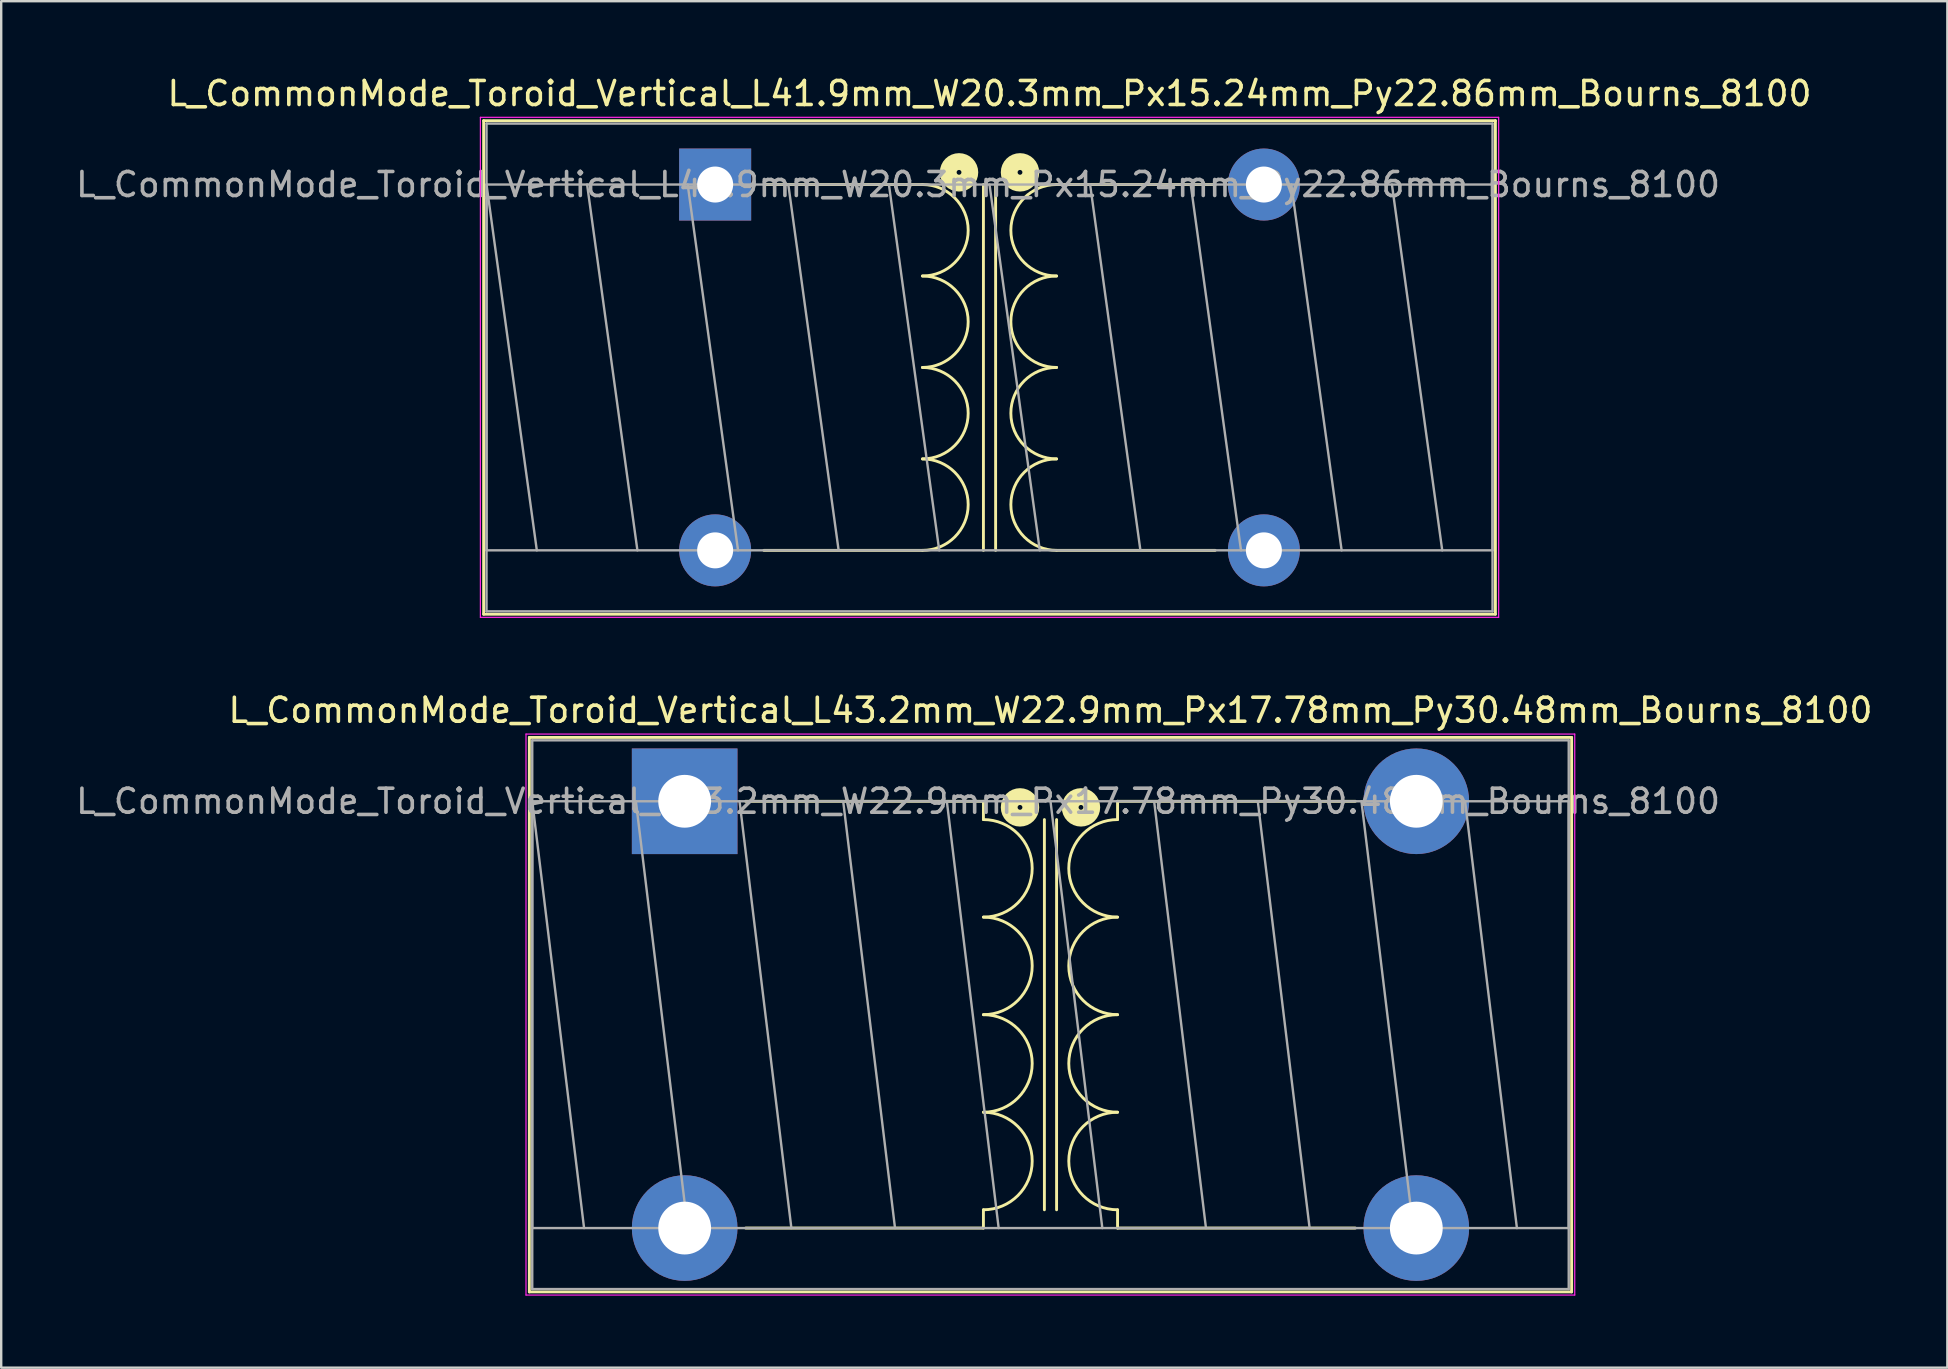
<source format=kicad_pcb>
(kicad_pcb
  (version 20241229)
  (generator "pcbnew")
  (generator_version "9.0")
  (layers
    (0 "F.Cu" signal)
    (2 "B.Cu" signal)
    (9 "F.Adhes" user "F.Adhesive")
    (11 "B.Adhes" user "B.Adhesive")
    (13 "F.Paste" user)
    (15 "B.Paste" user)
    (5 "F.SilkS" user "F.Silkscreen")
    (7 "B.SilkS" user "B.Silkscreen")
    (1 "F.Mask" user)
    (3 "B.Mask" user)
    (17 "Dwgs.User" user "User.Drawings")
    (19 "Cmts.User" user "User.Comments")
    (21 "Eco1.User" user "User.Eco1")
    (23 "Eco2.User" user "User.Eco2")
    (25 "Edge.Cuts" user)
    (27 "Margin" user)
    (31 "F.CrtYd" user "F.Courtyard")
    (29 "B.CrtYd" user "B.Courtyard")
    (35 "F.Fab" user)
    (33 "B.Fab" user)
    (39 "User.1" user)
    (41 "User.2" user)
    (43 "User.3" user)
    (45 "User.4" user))
  (footprint "L_CommonMode_Toroid_Vertical_L43.2mm_W22.9mm_Px17.78mm_Py30.48mm_Bourns_8100"
    (layer "F.Cu")
    (at 25.473 30.331)
    (property "Reference" "L_CommonMode_Toroid_Vertical_L43.2mm_W22.9mm_Px17.78mm_Py30.48mm_Bourns_8100" (at 15.24 -3.79 0) (layer "F.SilkS") (effects (font (size 1 1) (thickness 0.15))))
    (attr through_hole)
    (fp_line (start -6.47 -2.66) (end -6.47 20.44) (stroke (width 0.12) (type solid)) (layer "F.SilkS"))
    (fp_line (start -6.47 -2.66) (end 36.95 -2.66) (stroke (width 0.12) (type solid)) (layer "F.SilkS"))
    (fp_line (start -6.47 20.44) (end 36.95 20.44) (stroke (width 0.12) (type solid)) (layer "F.SilkS"))
    (fp_line (start 12.446 0) (end 2.54 0) (stroke (width 0.12) (type solid)) (layer "F.SilkS"))
    (fp_line (start 12.446 0.762) (end 12.446 0) (stroke (width 0.12) (type solid)) (layer "F.SilkS"))
    (fp_line (start 12.446 17.78) (end 2.54 17.78) (stroke (width 0.12) (type solid)) (layer "F.SilkS"))
    (fp_line (start 12.446 17.78) (end 12.446 17.018) (stroke (width 0.12) (type solid)) (layer "F.SilkS"))
    (fp_line (start 14.986 17.018) (end 14.986 0.762) (stroke (width 0.12) (type solid)) (layer "F.SilkS"))
    (fp_line (start 15.494 17.018) (end 15.494 0.762) (stroke (width 0.12) (type solid)) (layer "F.SilkS"))
    (fp_line (start 18.034 0) (end 18.034 0.762) (stroke (width 0.12) (type solid)) (layer "F.SilkS"))
    (fp_line (start 18.034 0) (end 27.94 0) (stroke (width 0.12) (type solid)) (layer "F.SilkS"))
    (fp_line (start 18.034 17.018) (end 18.034 17.78) (stroke (width 0.12) (type solid)) (layer "F.SilkS"))
    (fp_line (start 18.034 17.78) (end 27.94 17.78) (stroke (width 0.12) (type solid)) (layer "F.SilkS"))
    (fp_line (start 36.95 -2.66) (end 36.95 20.44) (stroke (width 0.12) (type solid)) (layer "F.SilkS"))
    (fp_arc (start 12.446 0.762) (mid 14.478 2.794) (end 12.446 4.826) (stroke (width 0.12) (type solid)) (layer "F.SilkS"))
    (fp_arc (start 12.446 4.826) (mid 14.478 6.858) (end 12.446 8.89) (stroke (width 0.12) (type solid)) (layer "F.SilkS"))
    (fp_arc (start 12.446 8.89) (mid 14.478 10.922) (end 12.446 12.954) (stroke (width 0.12) (type solid)) (layer "F.SilkS"))
    (fp_arc (start 12.446 12.954) (mid 14.478 14.986) (end 12.446 17.018) (stroke (width 0.12) (type solid)) (layer "F.SilkS"))
    (fp_arc (start 18.034 4.826) (mid 16.002 2.794) (end 18.034 0.762) (stroke (width 0.12) (type solid)) (layer "F.SilkS"))
    (fp_arc (start 18.034 8.89) (mid 16.002 6.858) (end 18.034 4.826) (stroke (width 0.12) (type solid)) (layer "F.SilkS"))
    (fp_arc (start 18.034 12.954) (mid 16.002 10.922) (end 18.034 8.89) (stroke (width 0.12) (type solid)) (layer "F.SilkS"))
    (fp_arc (start 18.034 17.018) (mid 16.002 14.986) (end 18.034 12.954) (stroke (width 0.12) (type solid)) (layer "F.SilkS"))
    (fp_circle (center 13.97 0.254) (end 14.07 0.254) (stroke (width 0.7) (type solid)) (fill no) (layer "F.SilkS"))
    (fp_circle (center 16.51 0.254) (end 16.61 0.254) (stroke (width 0.7) (type solid)) (fill no) (layer "F.SilkS"))
    (fp_line (start -6.61 -2.8) (end -6.61 20.57) (stroke (width 0.05) (type solid)) (layer "F.CrtYd"))
    (fp_line (start -6.61 20.57) (end 37.08 20.57) (stroke (width 0.05) (type solid)) (layer "F.CrtYd"))
    (fp_line (start 37.08 -2.8) (end -6.61 -2.8) (stroke (width 0.05) (type solid)) (layer "F.CrtYd"))
    (fp_line (start 37.08 20.57) (end 37.08 -2.8) (stroke (width 0.05) (type solid)) (layer "F.CrtYd"))
    (fp_line (start -6.35 -2.54) (end -6.35 20.32) (stroke (width 0.1) (type solid)) (layer "F.Fab"))
    (fp_line (start -6.35 0) (end -6.35 17.78) (stroke (width 0.1) (type solid)) (layer "F.Fab"))
    (fp_line (start -6.35 0) (end -4.191 17.78) (stroke (width 0.1) (type solid)) (layer "F.Fab"))
    (fp_line (start -6.35 17.78) (end 36.83 17.78) (stroke (width 0.1) (type solid)) (layer "F.Fab"))
    (fp_line (start -6.35 20.32) (end 36.83 20.32) (stroke (width 0.1) (type solid)) (layer "F.Fab"))
    (fp_line (start -2.032 0) (end 0.127 17.78) (stroke (width 0.1) (type solid)) (layer "F.Fab"))
    (fp_line (start 2.286 0) (end 4.445 17.78) (stroke (width 0.1) (type solid)) (layer "F.Fab"))
    (fp_line (start 6.604 0) (end 8.763 17.78) (stroke (width 0.1) (type solid)) (layer "F.Fab"))
    (fp_line (start 10.922 0) (end 13.081 17.78) (stroke (width 0.1) (type solid)) (layer "F.Fab"))
    (fp_line (start 15.24 0) (end 17.399 17.78) (stroke (width 0.1) (type solid)) (layer "F.Fab"))
    (fp_line (start 19.558 0) (end 21.717 17.78) (stroke (width 0.1) (type solid)) (layer "F.Fab"))
    (fp_line (start 23.876 0) (end 26.035 17.78) (stroke (width 0.1) (type solid)) (layer "F.Fab"))
    (fp_line (start 28.194 0) (end 30.353 17.78) (stroke (width 0.1) (type solid)) (layer "F.Fab"))
    (fp_line (start 32.512 0) (end 34.671 17.78) (stroke (width 0.1) (type solid)) (layer "F.Fab"))
    (fp_line (start 36.83 -2.54) (end -6.35 -2.54) (stroke (width 0.1) (type solid)) (layer "F.Fab"))
    (fp_line (start 36.83 0) (end -6.35 0) (stroke (width 0.1) (type solid)) (layer "F.Fab"))
    (fp_line (start 36.83 17.78) (end 36.83 0) (stroke (width 0.1) (type solid)) (layer "F.Fab"))
    (fp_line (start 36.83 20.32) (end 36.83 -2.54) (stroke (width 0.1) (type solid)) (layer "F.Fab"))
    (fp_text user "${REFERENCE}" (at 8.89 0 0) (layer "F.Fab") (effects (font (size 1 1) (thickness 0.15))))
    (pad "1" thru_hole rect (at 0 0) (size 4.4 4.4) (drill 2.2) (layers "*.Cu" "*.Mask"))
    (pad "2" thru_hole circle (at 0 17.78) (size 4.4 4.4) (drill 2.2) (layers "*.Cu" "*.Mask"))
    (pad "3" thru_hole circle (at 30.48 17.78) (size 4.4 4.4) (drill 2.2) (layers "*.Cu" "*.Mask"))
    (pad "4" thru_hole circle (at 30.48 0) (size 4.4 4.4) (drill 2.2) (layers "*.Cu" "*.Mask")))
  (footprint "L_CommonMode_Toroid_Vertical_L41.9mm_W20.3mm_Px15.24mm_Py22.86mm_Bourns_8100"
    (layer "F.Cu")
    (at 26.743 4.638)
    (property "Reference" "L_CommonMode_Toroid_Vertical_L41.9mm_W20.3mm_Px15.24mm_Py22.86mm_Bourns_8100" (at 11.43 -3.79 0) (layer "F.SilkS") (effects (font (size 1 1) (thickness 0.15))))
    (attr through_hole)
    (fp_line (start -9.645 -2.66) (end -9.645 17.9) (stroke (width 0.12) (type solid)) (layer "F.SilkS"))
    (fp_line (start -9.645 -2.66) (end 32.505 -2.66) (stroke (width 0.12) (type solid)) (layer "F.SilkS"))
    (fp_line (start -9.645 17.9) (end 32.505 17.9) (stroke (width 0.12) (type solid)) (layer "F.SilkS"))
    (fp_line (start 2.032 0) (end 8.636 0) (stroke (width 0.12) (type solid)) (layer "F.SilkS"))
    (fp_line (start 2.032 15.24) (end 8.636 15.24) (stroke (width 0.12) (type solid)) (layer "F.SilkS"))
    (fp_line (start 11.176 0) (end 11.176 15.24) (stroke (width 0.12) (type solid)) (layer "F.SilkS"))
    (fp_line (start 11.684 15.24) (end 11.684 0) (stroke (width 0.12) (type solid)) (layer "F.SilkS"))
    (fp_line (start 20.828 0) (end 14.224 0) (stroke (width 0.12) (type solid)) (layer "F.SilkS"))
    (fp_line (start 20.828 15.24) (end 14.224 15.24) (stroke (width 0.12) (type solid)) (layer "F.SilkS"))
    (fp_line (start 32.505 -2.66) (end 32.505 17.9) (stroke (width 0.12) (type solid)) (layer "F.SilkS"))
    (fp_arc (start 8.636 0) (mid 10.541 1.905) (end 8.636 3.81) (stroke (width 0.12) (type solid)) (layer "F.SilkS"))
    (fp_arc (start 8.636 3.81) (mid 10.541 5.715) (end 8.636 7.62) (stroke (width 0.12) (type solid)) (layer "F.SilkS"))
    (fp_arc (start 8.636 7.62) (mid 10.541 9.525) (end 8.636 11.43) (stroke (width 0.12) (type solid)) (layer "F.SilkS"))
    (fp_arc (start 8.636 11.43) (mid 10.541 13.335) (end 8.636 15.24) (stroke (width 0.12) (type solid)) (layer "F.SilkS"))
    (fp_arc (start 14.224 3.81) (mid 12.319 1.905) (end 14.224 0) (stroke (width 0.12) (type solid)) (layer "F.SilkS"))
    (fp_arc (start 14.224 7.62) (mid 12.319 5.715) (end 14.224 3.81) (stroke (width 0.12) (type solid)) (layer "F.SilkS"))
    (fp_arc (start 14.224 11.43) (mid 12.319 9.525) (end 14.224 7.62) (stroke (width 0.12) (type solid)) (layer "F.SilkS"))
    (fp_arc (start 14.224 15.24) (mid 12.319 13.335) (end 14.224 11.43) (stroke (width 0.12) (type solid)) (layer "F.SilkS"))
    (fp_circle (center 10.16 -0.508) (end 10.26 -0.508) (stroke (width 0.7) (type solid)) (fill no) (layer "F.SilkS"))
    (fp_circle (center 12.7 -0.508) (end 12.8 -0.508) (stroke (width 0.7) (type solid)) (fill no) (layer "F.SilkS"))
    (fp_line (start -9.78 -2.8) (end -9.78 18.03) (stroke (width 0.05) (type solid)) (layer "F.CrtYd"))
    (fp_line (start -9.78 18.03) (end 32.64 18.03) (stroke (width 0.05) (type solid)) (layer "F.CrtYd"))
    (fp_line (start 32.64 -2.8) (end -9.78 -2.8) (stroke (width 0.05) (type solid)) (layer "F.CrtYd"))
    (fp_line (start 32.64 18.03) (end 32.64 -2.8) (stroke (width 0.05) (type solid)) (layer "F.CrtYd"))
    (fp_line (start -9.525 -2.54) (end -9.525 17.78) (stroke (width 0.1) (type solid)) (layer "F.Fab"))
    (fp_line (start -9.525 0) (end -9.525 15.24) (stroke (width 0.1) (type solid)) (layer "F.Fab"))
    (fp_line (start -9.525 0) (end -7.429 15.24) (stroke (width 0.1) (type solid)) (layer "F.Fab"))
    (fp_line (start -9.525 15.24) (end 32.385 15.24) (stroke (width 0.1) (type solid)) (layer "F.Fab"))
    (fp_line (start -9.525 17.78) (end 32.385 17.78) (stroke (width 0.1) (type solid)) (layer "F.Fab"))
    (fp_line (start -5.334 0) (end -3.239 15.24) (stroke (width 0.1) (type solid)) (layer "F.Fab"))
    (fp_line (start -1.143 0) (end 0.953 15.24) (stroke (width 0.1) (type solid)) (layer "F.Fab"))
    (fp_line (start 3.048 0) (end 5.144 15.24) (stroke (width 0.1) (type solid)) (layer "F.Fab"))
    (fp_line (start 7.239 0) (end 9.335 15.24) (stroke (width 0.1) (type solid)) (layer "F.Fab"))
    (fp_line (start 11.43 0) (end 13.525 15.24) (stroke (width 0.1) (type solid)) (layer "F.Fab"))
    (fp_line (start 15.621 0) (end 17.716 15.24) (stroke (width 0.1) (type solid)) (layer "F.Fab"))
    (fp_line (start 19.812 0) (end 21.907 15.24) (stroke (width 0.1) (type solid)) (layer "F.Fab"))
    (fp_line (start 24.003 0) (end 26.099 15.24) (stroke (width 0.1) (type solid)) (layer "F.Fab"))
    (fp_line (start 28.194 0) (end 30.29 15.24) (stroke (width 0.1) (type solid)) (layer "F.Fab"))
    (fp_line (start 32.385 -2.54) (end -9.525 -2.54) (stroke (width 0.1) (type solid)) (layer "F.Fab"))
    (fp_line (start 32.385 0) (end -9.525 0) (stroke (width 0.1) (type solid)) (layer "F.Fab"))
    (fp_line (start 32.385 15.24) (end 32.385 0) (stroke (width 0.1) (type solid)) (layer "F.Fab"))
    (fp_line (start 32.385 17.78) (end 32.385 -2.54) (stroke (width 0.1) (type solid)) (layer "F.Fab"))
    (fp_text user "${REFERENCE}" (at 7.62 0 0) (layer "F.Fab") (effects (font (size 1 1) (thickness 0.15))))
    (pad "1" thru_hole rect (at 0 0) (size 3 3) (drill 1.5) (layers "*.Cu" "*.Mask"))
    (pad "2" thru_hole circle (at 0 15.24) (size 3 3) (drill 1.5) (layers "*.Cu" "*.Mask"))
    (pad "3" thru_hole circle (at 22.86 15.24) (size 3 3) (drill 1.5) (layers "*.Cu" "*.Mask"))
    (pad "4" thru_hole circle (at 22.86 0) (size 3 3) (drill 1.5) (layers "*.Cu" "*.Mask")))
  (gr_rect
    (start -3 -3)
    (end 78.076 53.926)
    (stroke (width 0.1) (type default))
    (fill no)
    (layer "Edge.Cuts")))
</source>
